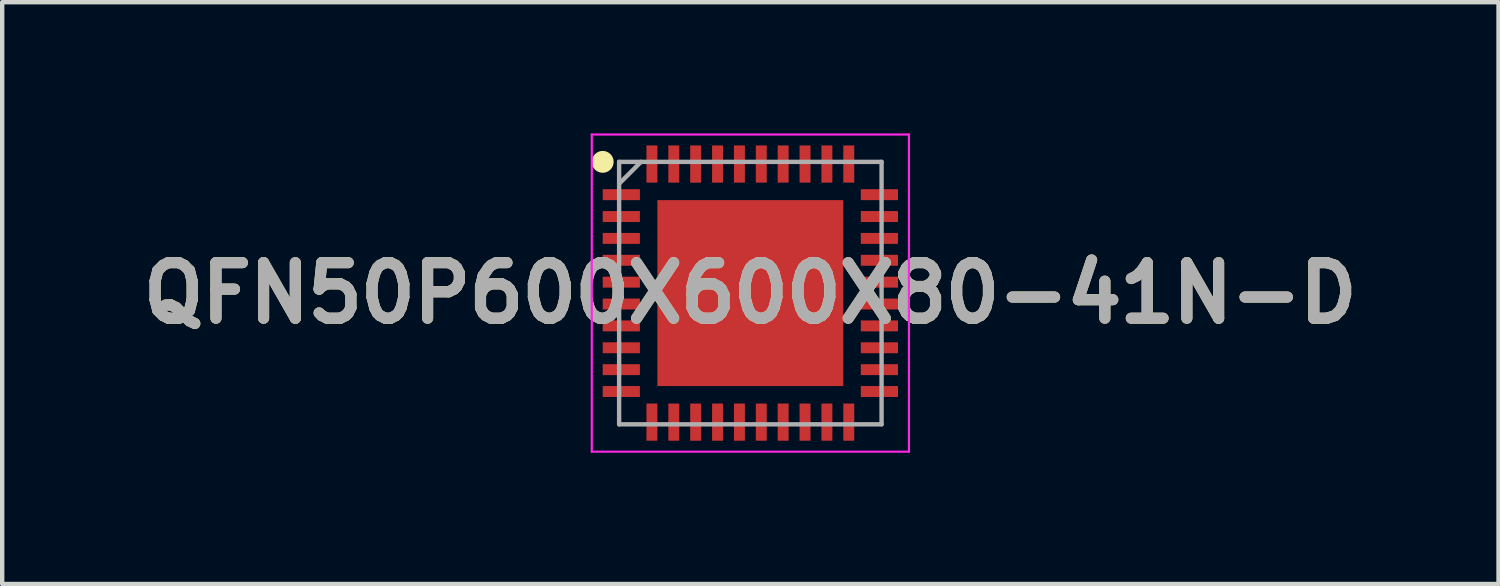
<source format=kicad_pcb>
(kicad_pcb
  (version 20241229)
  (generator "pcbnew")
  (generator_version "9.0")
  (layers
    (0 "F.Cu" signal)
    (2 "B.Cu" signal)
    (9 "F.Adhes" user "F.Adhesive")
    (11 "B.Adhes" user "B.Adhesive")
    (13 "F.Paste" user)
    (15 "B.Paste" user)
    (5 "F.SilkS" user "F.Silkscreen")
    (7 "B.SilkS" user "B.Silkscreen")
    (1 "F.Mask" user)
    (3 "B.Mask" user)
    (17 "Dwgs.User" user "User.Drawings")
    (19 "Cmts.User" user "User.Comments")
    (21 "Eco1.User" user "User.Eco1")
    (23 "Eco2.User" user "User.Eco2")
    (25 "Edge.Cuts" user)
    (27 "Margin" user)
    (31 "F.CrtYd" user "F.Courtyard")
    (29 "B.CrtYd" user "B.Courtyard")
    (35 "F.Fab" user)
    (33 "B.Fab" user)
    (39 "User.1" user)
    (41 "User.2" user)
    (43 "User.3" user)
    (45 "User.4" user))
  (footprint "QFN50P600X600X80-41N-D"
    (layer "F.Cu")
    (at 14.103 3.65)
    (property "Reference" "QFN50P600X600X80-41N-D" (at 0 0 0) (layer "F.SilkS") (effects (font (size 1.27 1.27) (thickness 0.254))))
    (attr smd)
    (fp_circle (center -3.375 -3) (end -3.375 -2.875) (stroke (width 0.25) (type solid)) (fill no) (layer "F.SilkS"))
    (fp_line (start -3.625 -3.625) (end 3.625 -3.625) (stroke (width 0.05) (type solid)) (layer "F.CrtYd"))
    (fp_line (start -3.625 3.625) (end -3.625 -3.625) (stroke (width 0.05) (type solid)) (layer "F.CrtYd"))
    (fp_line (start 3.625 -3.625) (end 3.625 3.625) (stroke (width 0.05) (type solid)) (layer "F.CrtYd"))
    (fp_line (start 3.625 3.625) (end -3.625 3.625) (stroke (width 0.05) (type solid)) (layer "F.CrtYd"))
    (fp_line (start -3 -3) (end 3 -3) (stroke (width 0.1) (type solid)) (layer "F.Fab"))
    (fp_line (start -3 -2.5) (end -2.5 -3) (stroke (width 0.1) (type solid)) (layer "F.Fab"))
    (fp_line (start -3 3) (end -3 -3) (stroke (width 0.1) (type solid)) (layer "F.Fab"))
    (fp_line (start 3 -3) (end 3 3) (stroke (width 0.1) (type solid)) (layer "F.Fab"))
    (fp_line (start 3 3) (end -3 3) (stroke (width 0.1) (type solid)) (layer "F.Fab"))
    (fp_text user "${REFERENCE}" (at 0 0 0) (layer "F.Fab") (effects (font (size 1.27 1.27) (thickness 0.254))))
    (pad "1" smd rect (at -2.95 -2.25 90) (size 0.25 0.85) (layers "F.Cu" "F.Mask" "F.Paste"))
    (pad "2" smd rect (at -2.95 -1.75 90) (size 0.25 0.85) (layers "F.Cu" "F.Mask" "F.Paste"))
    (pad "3" smd rect (at -2.95 -1.25 90) (size 0.25 0.85) (layers "F.Cu" "F.Mask" "F.Paste"))
    (pad "4" smd rect (at -2.95 -0.75 90) (size 0.25 0.85) (layers "F.Cu" "F.Mask" "F.Paste"))
    (pad "5" smd rect (at -2.95 -0.25 90) (size 0.25 0.85) (layers "F.Cu" "F.Mask" "F.Paste"))
    (pad "6" smd rect (at -2.95 0.25 90) (size 0.25 0.85) (layers "F.Cu" "F.Mask" "F.Paste"))
    (pad "7" smd rect (at -2.95 0.75 90) (size 0.25 0.85) (layers "F.Cu" "F.Mask" "F.Paste"))
    (pad "8" smd rect (at -2.95 1.25 90) (size 0.25 0.85) (layers "F.Cu" "F.Mask" "F.Paste"))
    (pad "9" smd rect (at -2.95 1.75 90) (size 0.25 0.85) (layers "F.Cu" "F.Mask" "F.Paste"))
    (pad "10" smd rect (at -2.95 2.25 90) (size 0.25 0.85) (layers "F.Cu" "F.Mask" "F.Paste"))
    (pad "11" smd rect (at -2.25 2.95) (size 0.25 0.85) (layers "F.Cu" "F.Mask" "F.Paste"))
    (pad "12" smd rect (at -1.75 2.95) (size 0.25 0.85) (layers "F.Cu" "F.Mask" "F.Paste"))
    (pad "13" smd rect (at -1.25 2.95) (size 0.25 0.85) (layers "F.Cu" "F.Mask" "F.Paste"))
    (pad "14" smd rect (at -0.75 2.95) (size 0.25 0.85) (layers "F.Cu" "F.Mask" "F.Paste"))
    (pad "15" smd rect (at -0.25 2.95) (size 0.25 0.85) (layers "F.Cu" "F.Mask" "F.Paste"))
    (pad "16" smd rect (at 0.25 2.95) (size 0.25 0.85) (layers "F.Cu" "F.Mask" "F.Paste"))
    (pad "17" smd rect (at 0.75 2.95) (size 0.25 0.85) (layers "F.Cu" "F.Mask" "F.Paste"))
    (pad "18" smd rect (at 1.25 2.95) (size 0.25 0.85) (layers "F.Cu" "F.Mask" "F.Paste"))
    (pad "19" smd rect (at 1.75 2.95) (size 0.25 0.85) (layers "F.Cu" "F.Mask" "F.Paste"))
    (pad "20" smd rect (at 2.25 2.95) (size 0.25 0.85) (layers "F.Cu" "F.Mask" "F.Paste"))
    (pad "21" smd rect (at 2.95 2.25 90) (size 0.25 0.85) (layers "F.Cu" "F.Mask" "F.Paste"))
    (pad "22" smd rect (at 2.95 1.75 90) (size 0.25 0.85) (layers "F.Cu" "F.Mask" "F.Paste"))
    (pad "23" smd rect (at 2.95 1.25 90) (size 0.25 0.85) (layers "F.Cu" "F.Mask" "F.Paste"))
    (pad "24" smd rect (at 2.95 0.75 90) (size 0.25 0.85) (layers "F.Cu" "F.Mask" "F.Paste"))
    (pad "25" smd rect (at 2.95 0.25 90) (size 0.25 0.85) (layers "F.Cu" "F.Mask" "F.Paste"))
    (pad "26" smd rect (at 2.95 -0.25 90) (size 0.25 0.85) (layers "F.Cu" "F.Mask" "F.Paste"))
    (pad "27" smd rect (at 2.95 -0.75 90) (size 0.25 0.85) (layers "F.Cu" "F.Mask" "F.Paste"))
    (pad "28" smd rect (at 2.95 -1.25 90) (size 0.25 0.85) (layers "F.Cu" "F.Mask" "F.Paste"))
    (pad "29" smd rect (at 2.95 -1.75 90) (size 0.25 0.85) (layers "F.Cu" "F.Mask" "F.Paste"))
    (pad "30" smd rect (at 2.95 -2.25 90) (size 0.25 0.85) (layers "F.Cu" "F.Mask" "F.Paste"))
    (pad "31" smd rect (at 2.25 -2.95) (size 0.25 0.85) (layers "F.Cu" "F.Mask" "F.Paste"))
    (pad "32" smd rect (at 1.75 -2.95) (size 0.25 0.85) (layers "F.Cu" "F.Mask" "F.Paste"))
    (pad "33" smd rect (at 1.25 -2.95) (size 0.25 0.85) (layers "F.Cu" "F.Mask" "F.Paste"))
    (pad "34" smd rect (at 0.75 -2.95) (size 0.25 0.85) (layers "F.Cu" "F.Mask" "F.Paste"))
    (pad "35" smd rect (at 0.25 -2.95) (size 0.25 0.85) (layers "F.Cu" "F.Mask" "F.Paste"))
    (pad "36" smd rect (at -0.25 -2.95) (size 0.25 0.85) (layers "F.Cu" "F.Mask" "F.Paste"))
    (pad "37" smd rect (at -0.75 -2.95) (size 0.25 0.85) (layers "F.Cu" "F.Mask" "F.Paste"))
    (pad "38" smd rect (at -1.25 -2.95) (size 0.25 0.85) (layers "F.Cu" "F.Mask" "F.Paste"))
    (pad "39" smd rect (at -1.75 -2.95) (size 0.25 0.85) (layers "F.Cu" "F.Mask" "F.Paste"))
    (pad "40" smd rect (at -2.25 -2.95) (size 0.25 0.85) (layers "F.Cu" "F.Mask" "F.Paste"))
    (pad "41" smd rect (at 0 0) (size 4.25 4.25) (layers "F.Cu" "F.Mask" "F.Paste")))
  (gr_rect
    (start -3 -3)
    (end 31.206 10.3)
    (stroke (width 0.1) (type default))
    (fill no)
    (layer "Edge.Cuts")))
</source>
